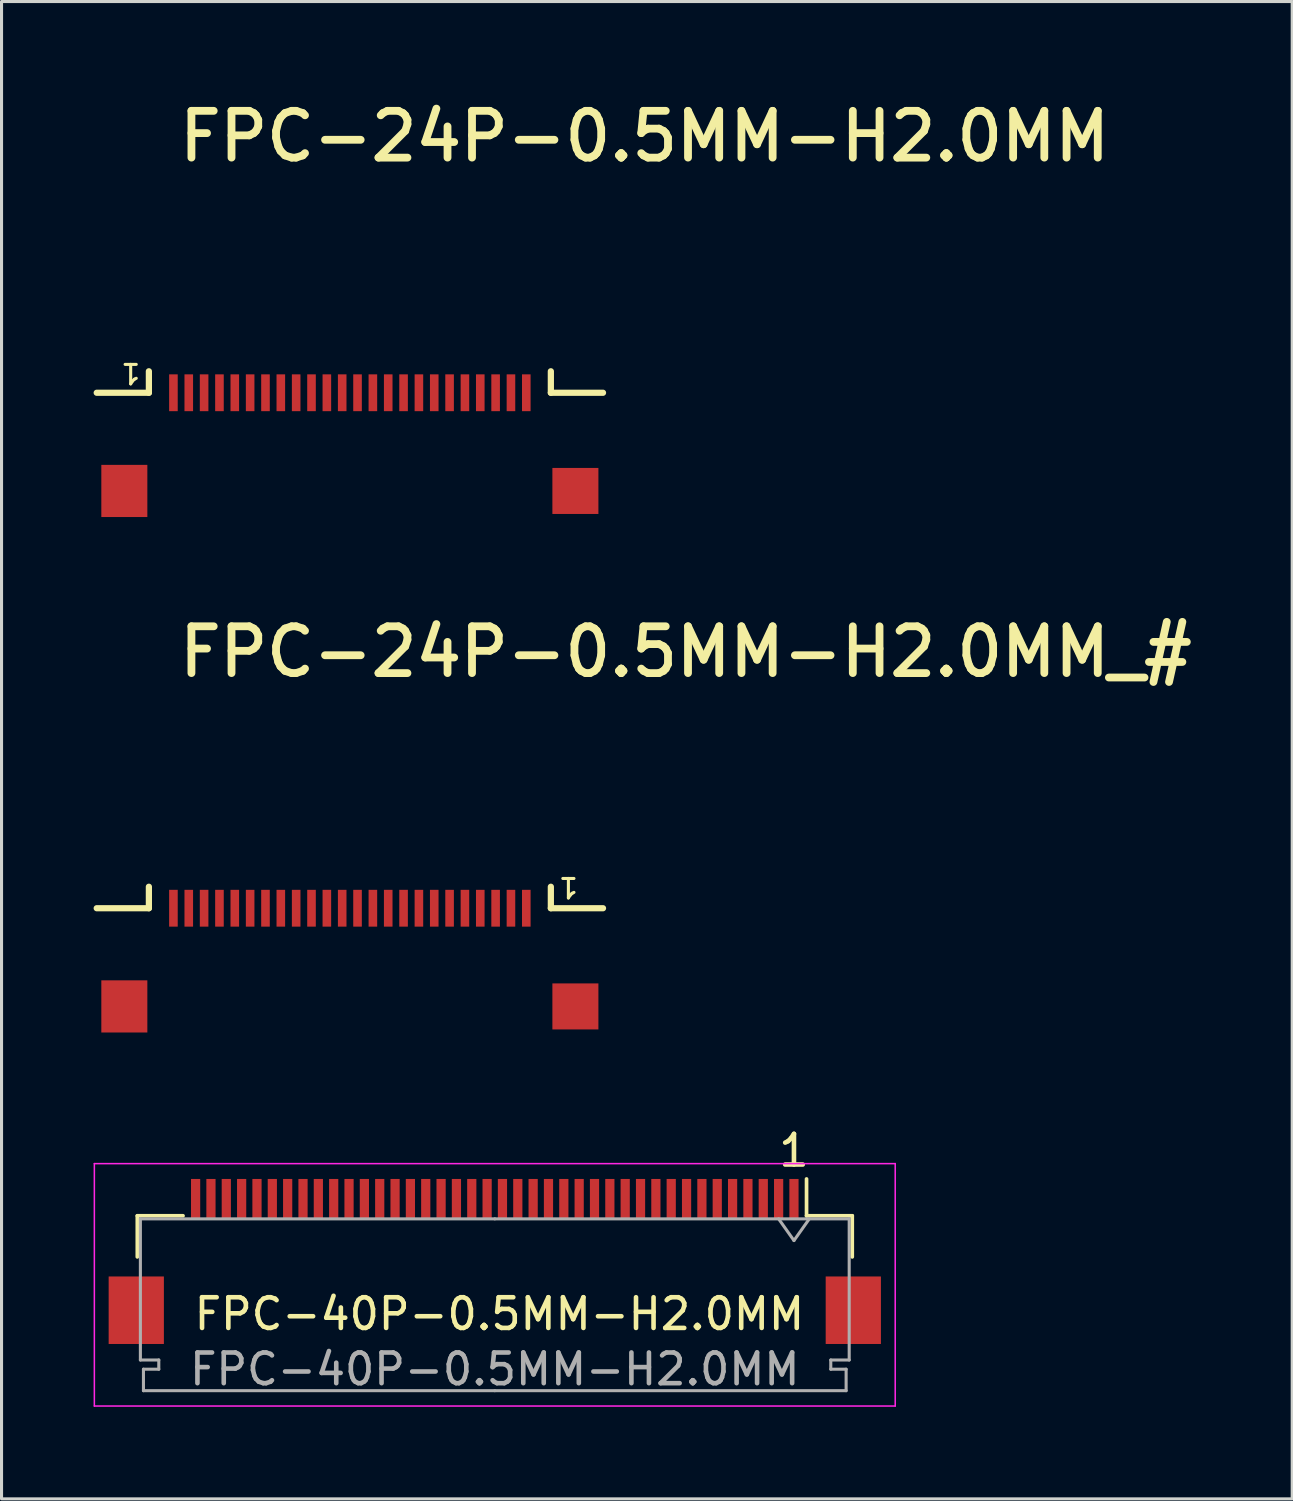
<source format=kicad_pcb>
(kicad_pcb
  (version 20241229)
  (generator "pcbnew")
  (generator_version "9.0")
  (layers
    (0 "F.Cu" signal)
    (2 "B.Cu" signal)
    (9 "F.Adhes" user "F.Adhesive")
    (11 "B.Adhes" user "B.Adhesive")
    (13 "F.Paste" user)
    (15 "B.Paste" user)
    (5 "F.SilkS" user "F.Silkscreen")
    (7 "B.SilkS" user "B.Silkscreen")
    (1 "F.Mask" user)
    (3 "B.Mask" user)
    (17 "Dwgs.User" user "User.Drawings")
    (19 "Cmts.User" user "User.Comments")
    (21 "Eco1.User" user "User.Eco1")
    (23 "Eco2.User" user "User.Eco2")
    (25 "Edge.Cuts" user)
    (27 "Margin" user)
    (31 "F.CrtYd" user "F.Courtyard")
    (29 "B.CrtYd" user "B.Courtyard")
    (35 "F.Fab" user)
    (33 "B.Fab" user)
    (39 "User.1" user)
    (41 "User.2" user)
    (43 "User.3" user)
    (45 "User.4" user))
  (footprint "FPC-40P-0.5MM-H2.0MM"
    (layer "F.Cu")
    (at 21.125 37.872)
    (property "Reference" "FPC-40P-0.5MM-H2.0MM" (at -7.9 1.9 0) (layer "F.SilkS") (effects (font (size 1 1) (thickness 0.15))))
    (attr smd)
    (fp_line (start -19.7 -1.3) (end -19.7 0.04) (stroke (width 0.12) (type solid)) (layer "F.SilkS"))
    (fp_line (start -18.21 -1.3) (end -19.7 -1.3) (stroke (width 0.12) (type solid)) (layer "F.SilkS"))
    (fp_line (start 2.11 -1.3) (end 2.11 -2.5) (stroke (width 0.12) (type solid)) (layer "F.SilkS"))
    (fp_line (start 2.11 -1.3) (end 3.6 -1.3) (stroke (width 0.12) (type solid)) (layer "F.SilkS"))
    (fp_line (start 3.6 -1.3) (end 3.6 0.04) (stroke (width 0.12) (type solid)) (layer "F.SilkS"))
    (fp_poly (pts (xy -17.7 -2.45) (xy -17.9 -2.45) (xy -17.9 -2.675) (xy -17.7 -2.675)) (stroke (width 0.1) (type solid)) (fill yes) (layer "F.Paste"))
    (fp_poly (pts (xy -17.2 -2.45) (xy -17.4 -2.45) (xy -17.4 -2.675) (xy -17.2 -2.675)) (stroke (width 0.1) (type solid)) (fill yes) (layer "F.Paste"))
    (fp_poly (pts (xy -16.7 -2.45) (xy -16.9 -2.45) (xy -16.9 -2.675) (xy -16.7 -2.675)) (stroke (width 0.1) (type solid)) (fill yes) (layer "F.Paste"))
    (fp_poly (pts (xy -16.2 -2.45) (xy -16.4 -2.45) (xy -16.4 -2.675) (xy -16.2 -2.675)) (stroke (width 0.1) (type solid)) (fill yes) (layer "F.Paste"))
    (fp_poly (pts (xy -15.7 -2.45) (xy -15.9 -2.45) (xy -15.9 -2.675) (xy -15.7 -2.675)) (stroke (width 0.1) (type solid)) (fill yes) (layer "F.Paste"))
    (fp_poly (pts (xy -15.2 -2.45) (xy -15.4 -2.45) (xy -15.4 -2.675) (xy -15.2 -2.675)) (stroke (width 0.1) (type solid)) (fill yes) (layer "F.Paste"))
    (fp_poly (pts (xy -14.7 -2.45) (xy -14.9 -2.45) (xy -14.9 -2.675) (xy -14.7 -2.675)) (stroke (width 0.1) (type solid)) (fill yes) (layer "F.Paste"))
    (fp_poly (pts (xy -14.2 -2.45) (xy -14.4 -2.45) (xy -14.4 -2.675) (xy -14.2 -2.675)) (stroke (width 0.1) (type solid)) (fill yes) (layer "F.Paste"))
    (fp_poly (pts (xy -13.7 -2.45) (xy -13.9 -2.45) (xy -13.9 -2.675) (xy -13.7 -2.675)) (stroke (width 0.1) (type solid)) (fill yes) (layer "F.Paste"))
    (fp_poly (pts (xy -13.2 -2.45) (xy -13.4 -2.45) (xy -13.4 -2.675) (xy -13.2 -2.675)) (stroke (width 0.1) (type solid)) (fill yes) (layer "F.Paste"))
    (fp_poly (pts (xy -12.7 -2.45) (xy -12.9 -2.45) (xy -12.9 -2.675) (xy -12.7 -2.675)) (stroke (width 0.1) (type solid)) (fill yes) (layer "F.Paste"))
    (fp_poly (pts (xy -12.2 -2.45) (xy -12.4 -2.45) (xy -12.4 -2.675) (xy -12.2 -2.675)) (stroke (width 0.1) (type solid)) (fill yes) (layer "F.Paste"))
    (fp_poly (pts (xy -11.7 -2.45) (xy -11.9 -2.45) (xy -11.9 -2.675) (xy -11.7 -2.675)) (stroke (width 0.1) (type solid)) (fill yes) (layer "F.Paste"))
    (fp_poly (pts (xy -11.2 -2.45) (xy -11.4 -2.45) (xy -11.4 -2.675) (xy -11.2 -2.675)) (stroke (width 0.1) (type solid)) (fill yes) (layer "F.Paste"))
    (fp_poly (pts (xy -10.7 -2.45) (xy -10.9 -2.45) (xy -10.9 -2.675) (xy -10.7 -2.675)) (stroke (width 0.1) (type solid)) (fill yes) (layer "F.Paste"))
    (fp_poly (pts (xy -10.2 -2.45) (xy -10.4 -2.45) (xy -10.4 -2.675) (xy -10.2 -2.675)) (stroke (width 0.1) (type solid)) (fill yes) (layer "F.Paste"))
    (fp_poly (pts (xy -9.7 -2.45) (xy -9.9 -2.45) (xy -9.9 -2.675) (xy -9.7 -2.675)) (stroke (width 0.1) (type solid)) (fill yes) (layer "F.Paste"))
    (fp_poly (pts (xy -9.2 -2.45) (xy -9.4 -2.45) (xy -9.4 -2.675) (xy -9.2 -2.675)) (stroke (width 0.1) (type solid)) (fill yes) (layer "F.Paste"))
    (fp_poly (pts (xy -8.7 -2.45) (xy -8.9 -2.45) (xy -8.9 -2.675) (xy -8.7 -2.675)) (stroke (width 0.1) (type solid)) (fill yes) (layer "F.Paste"))
    (fp_poly (pts (xy -8.2 -2.45) (xy -8.4 -2.45) (xy -8.4 -2.675) (xy -8.2 -2.675)) (stroke (width 0.1) (type solid)) (fill yes) (layer "F.Paste"))
    (fp_poly (pts (xy -7.7 -2.45) (xy -7.9 -2.45) (xy -7.9 -2.675) (xy -7.7 -2.675)) (stroke (width 0.1) (type solid)) (fill yes) (layer "F.Paste"))
    (fp_poly (pts (xy -7.2 -2.45) (xy -7.4 -2.45) (xy -7.4 -2.675) (xy -7.2 -2.675)) (stroke (width 0.1) (type solid)) (fill yes) (layer "F.Paste"))
    (fp_poly (pts (xy -6.7 -2.45) (xy -6.9 -2.45) (xy -6.9 -2.675) (xy -6.7 -2.675)) (stroke (width 0.1) (type solid)) (fill yes) (layer "F.Paste"))
    (fp_poly (pts (xy -6.2 -2.45) (xy -6.4 -2.45) (xy -6.4 -2.675) (xy -6.2 -2.675)) (stroke (width 0.1) (type solid)) (fill yes) (layer "F.Paste"))
    (fp_poly (pts (xy -5.7 -2.45) (xy -5.9 -2.45) (xy -5.9 -2.675) (xy -5.7 -2.675)) (stroke (width 0.1) (type solid)) (fill yes) (layer "F.Paste"))
    (fp_poly (pts (xy -5.2 -2.45) (xy -5.4 -2.45) (xy -5.4 -2.675) (xy -5.2 -2.675)) (stroke (width 0.1) (type solid)) (fill yes) (layer "F.Paste"))
    (fp_poly (pts (xy -4.7 -2.45) (xy -4.9 -2.45) (xy -4.9 -2.675) (xy -4.7 -2.675)) (stroke (width 0.1) (type solid)) (fill yes) (layer "F.Paste"))
    (fp_poly (pts (xy -4.2 -2.45) (xy -4.4 -2.45) (xy -4.4 -2.675) (xy -4.2 -2.675)) (stroke (width 0.1) (type solid)) (fill yes) (layer "F.Paste"))
    (fp_poly (pts (xy -3.7 -2.45) (xy -3.9 -2.45) (xy -3.9 -2.675) (xy -3.7 -2.675)) (stroke (width 0.1) (type solid)) (fill yes) (layer "F.Paste"))
    (fp_poly (pts (xy -3.2 -2.45) (xy -3.4 -2.45) (xy -3.4 -2.675) (xy -3.2 -2.675)) (stroke (width 0.1) (type solid)) (fill yes) (layer "F.Paste"))
    (fp_poly (pts (xy -2.7 -2.45) (xy -2.9 -2.45) (xy -2.9 -2.675) (xy -2.7 -2.675)) (stroke (width 0.1) (type solid)) (fill yes) (layer "F.Paste"))
    (fp_poly (pts (xy -2.2 -2.45) (xy -2.4 -2.45) (xy -2.4 -2.675) (xy -2.2 -2.675)) (stroke (width 0.1) (type solid)) (fill yes) (layer "F.Paste"))
    (fp_poly (pts (xy -1.7 -2.45) (xy -1.9 -2.45) (xy -1.9 -2.675) (xy -1.7 -2.675)) (stroke (width 0.1) (type solid)) (fill yes) (layer "F.Paste"))
    (fp_poly (pts (xy -1.2 -2.45) (xy -1.4 -2.45) (xy -1.4 -2.675) (xy -1.2 -2.675)) (stroke (width 0.1) (type solid)) (fill yes) (layer "F.Paste"))
    (fp_poly (pts (xy -0.7 -2.45) (xy -0.9 -2.45) (xy -0.9 -2.675) (xy -0.7 -2.675)) (stroke (width 0.1) (type solid)) (fill yes) (layer "F.Paste"))
    (fp_poly (pts (xy -0.2 -2.45) (xy -0.4 -2.45) (xy -0.4 -2.675) (xy -0.2 -2.675)) (stroke (width 0.1) (type solid)) (fill yes) (layer "F.Paste"))
    (fp_poly (pts (xy 0.3 -2.45) (xy 0.1 -2.45) (xy 0.1 -2.675) (xy 0.3 -2.675)) (stroke (width 0.1) (type solid)) (fill yes) (layer "F.Paste"))
    (fp_poly (pts (xy 0.8 -2.45) (xy 0.6 -2.45) (xy 0.6 -2.675) (xy 0.8 -2.675)) (stroke (width 0.1) (type solid)) (fill yes) (layer "F.Paste"))
    (fp_poly (pts (xy 1.3 -2.45) (xy 1.1 -2.45) (xy 1.1 -2.675) (xy 1.3 -2.675)) (stroke (width 0.1) (type solid)) (fill yes) (layer "F.Paste"))
    (fp_poly (pts (xy 1.8 -2.45) (xy 1.6 -2.45) (xy 1.6 -2.675) (xy 1.8 -2.675)) (stroke (width 0.1) (type solid)) (fill yes) (layer "F.Paste"))
    (fp_line (start -21.1 -3) (end 5 -3) (stroke (width 0.05) (type solid)) (layer "F.CrtYd"))
    (fp_line (start -21.1 4.9) (end -21.1 -3) (stroke (width 0.05) (type solid)) (layer "F.CrtYd"))
    (fp_line (start 5 -3) (end 5 4.9) (stroke (width 0.05) (type solid)) (layer "F.CrtYd"))
    (fp_line (start 5 4.9) (end -21.1 4.9) (stroke (width 0.05) (type solid)) (layer "F.CrtYd"))
    (fp_line (start -19.6 -1.2) (end -19.6 3.4) (stroke (width 0.1) (type solid)) (layer "F.Fab"))
    (fp_line (start -19.6 3.4) (end -19 3.4) (stroke (width 0.1) (type solid)) (layer "F.Fab"))
    (fp_line (start -19.5 3.7) (end -19.5 4.4) (stroke (width 0.1) (type solid)) (layer "F.Fab"))
    (fp_line (start -19.5 4.4) (end -8.05 4.4) (stroke (width 0.1) (type solid)) (layer "F.Fab"))
    (fp_line (start -19 3.4) (end -19 3.7) (stroke (width 0.1) (type solid)) (layer "F.Fab"))
    (fp_line (start -19 3.7) (end -19.5 3.7) (stroke (width 0.1) (type solid)) (layer "F.Fab"))
    (fp_line (start -8.05 -1.2) (end -19.6 -1.2) (stroke (width 0.1) (type solid)) (layer "F.Fab"))
    (fp_line (start -8.05 -1.2) (end 3.5 -1.2) (stroke (width 0.1) (type solid)) (layer "F.Fab"))
    (fp_line (start 1.7 -0.493) (end 1.2 -1.2) (stroke (width 0.1) (type solid)) (layer "F.Fab"))
    (fp_line (start 2.2 -1.2) (end 1.7 -0.493) (stroke (width 0.1) (type solid)) (layer "F.Fab"))
    (fp_line (start 2.9 3.4) (end 2.9 3.7) (stroke (width 0.1) (type solid)) (layer "F.Fab"))
    (fp_line (start 2.9 3.7) (end 3.4 3.7) (stroke (width 0.1) (type solid)) (layer "F.Fab"))
    (fp_line (start 3.4 3.7) (end 3.4 4.4) (stroke (width 0.1) (type solid)) (layer "F.Fab"))
    (fp_line (start 3.4 4.4) (end -8.05 4.4) (stroke (width 0.1) (type solid)) (layer "F.Fab"))
    (fp_line (start 3.5 -1.2) (end 3.5 3.4) (stroke (width 0.1) (type solid)) (layer "F.Fab"))
    (fp_line (start 3.5 3.4) (end 2.9 3.4) (stroke (width 0.1) (type solid)) (layer "F.Fab"))
    (fp_text user "1" (at 1.7 -3.425 0) (layer "F.SilkS") (effects (font (size 1 1) (thickness 0.15))))
    (fp_text user "${REFERENCE}" (at -8.05 3.7 0) (layer "F.Fab") (effects (font (size 1 1) (thickness 0.15))))
    (pad "1" smd rect (at 1.7 -1.85) (size 0.3 1.3) (layers "F.Cu" "F.Mask" "F.Paste"))
    (pad "2" smd rect (at 1.2 -1.85) (size 0.3 1.3) (layers "F.Cu" "F.Mask" "F.Paste"))
    (pad "3" smd rect (at 0.7 -1.85) (size 0.3 1.3) (layers "F.Cu" "F.Mask" "F.Paste"))
    (pad "4" smd rect (at 0.2 -1.85) (size 0.3 1.3) (layers "F.Cu" "F.Mask" "F.Paste"))
    (pad "5" smd rect (at -0.3 -1.85) (size 0.3 1.3) (layers "F.Cu" "F.Mask" "F.Paste"))
    (pad "6" smd rect (at -0.8 -1.85) (size 0.3 1.3) (layers "F.Cu" "F.Mask" "F.Paste"))
    (pad "7" smd rect (at -1.3 -1.85) (size 0.3 1.3) (layers "F.Cu" "F.Mask" "F.Paste"))
    (pad "8" smd rect (at -1.8 -1.85) (size 0.3 1.3) (layers "F.Cu" "F.Mask" "F.Paste"))
    (pad "9" smd rect (at -2.3 -1.85) (size 0.3 1.3) (layers "F.Cu" "F.Mask" "F.Paste"))
    (pad "10" smd rect (at -2.8 -1.85) (size 0.3 1.3) (layers "F.Cu" "F.Mask" "F.Paste"))
    (pad "11" smd rect (at -3.3 -1.85) (size 0.3 1.3) (layers "F.Cu" "F.Mask" "F.Paste"))
    (pad "12" smd rect (at -3.8 -1.85) (size 0.3 1.3) (layers "F.Cu" "F.Mask" "F.Paste"))
    (pad "13" smd rect (at -4.3 -1.85) (size 0.3 1.3) (layers "F.Cu" "F.Mask" "F.Paste"))
    (pad "14" smd rect (at -4.8 -1.85) (size 0.3 1.3) (layers "F.Cu" "F.Mask" "F.Paste"))
    (pad "15" smd rect (at -5.3 -1.85) (size 0.3 1.3) (layers "F.Cu" "F.Mask" "F.Paste"))
    (pad "16" smd rect (at -5.8 -1.85) (size 0.3 1.3) (layers "F.Cu" "F.Mask" "F.Paste"))
    (pad "17" smd rect (at -6.3 -1.85) (size 0.3 1.3) (layers "F.Cu" "F.Mask" "F.Paste"))
    (pad "18" smd rect (at -6.8 -1.85) (size 0.3 1.3) (layers "F.Cu" "F.Mask" "F.Paste"))
    (pad "19" smd rect (at -7.3 -1.85) (size 0.3 1.3) (layers "F.Cu" "F.Mask" "F.Paste"))
    (pad "20" smd rect (at -7.8 -1.85) (size 0.3 1.3) (layers "F.Cu" "F.Mask" "F.Paste"))
    (pad "21" smd rect (at -8.3 -1.85) (size 0.3 1.3) (layers "F.Cu" "F.Mask" "F.Paste"))
    (pad "22" smd rect (at -8.8 -1.85) (size 0.3 1.3) (layers "F.Cu" "F.Mask" "F.Paste"))
    (pad "23" smd rect (at -9.3 -1.85) (size 0.3 1.3) (layers "F.Cu" "F.Mask" "F.Paste"))
    (pad "24" smd rect (at -9.8 -1.85) (size 0.3 1.3) (layers "F.Cu" "F.Mask" "F.Paste"))
    (pad "25" smd rect (at -10.3 -1.85) (size 0.3 1.3) (layers "F.Cu" "F.Mask" "F.Paste"))
    (pad "26" smd rect (at -10.8 -1.85) (size 0.3 1.3) (layers "F.Cu" "F.Mask" "F.Paste"))
    (pad "27" smd rect (at -11.3 -1.85) (size 0.3 1.3) (layers "F.Cu" "F.Mask" "F.Paste"))
    (pad "28" smd rect (at -11.8 -1.85) (size 0.3 1.3) (layers "F.Cu" "F.Mask" "F.Paste"))
    (pad "29" smd rect (at -12.3 -1.85) (size 0.3 1.3) (layers "F.Cu" "F.Mask" "F.Paste"))
    (pad "30" smd rect (at -12.8 -1.85) (size 0.3 1.3) (layers "F.Cu" "F.Mask" "F.Paste"))
    (pad "31" smd rect (at -13.3 -1.85) (size 0.3 1.3) (layers "F.Cu" "F.Mask" "F.Paste"))
    (pad "32" smd rect (at -13.8 -1.85) (size 0.3 1.3) (layers "F.Cu" "F.Mask" "F.Paste"))
    (pad "33" smd rect (at -14.3 -1.85) (size 0.3 1.3) (layers "F.Cu" "F.Mask" "F.Paste"))
    (pad "34" smd rect (at -14.8 -1.85) (size 0.3 1.3) (layers "F.Cu" "F.Mask" "F.Paste"))
    (pad "35" smd rect (at -15.3 -1.85) (size 0.3 1.3) (layers "F.Cu" "F.Mask" "F.Paste"))
    (pad "36" smd rect (at -15.8 -1.85) (size 0.3 1.3) (layers "F.Cu" "F.Mask" "F.Paste"))
    (pad "37" smd rect (at -16.3 -1.85) (size 0.3 1.3) (layers "F.Cu" "F.Mask" "F.Paste"))
    (pad "38" smd rect (at -16.8 -1.85) (size 0.3 1.3) (layers "F.Cu" "F.Mask" "F.Paste"))
    (pad "39" smd rect (at -17.3 -1.85) (size 0.3 1.3) (layers "F.Cu" "F.Mask" "F.Paste"))
    (pad "40" smd rect (at -17.8 -1.85) (size 0.3 1.3) (layers "F.Cu" "F.Mask" "F.Paste"))
    (pad "41" smd rect (at -19.734 1.778) (size 1.8 2.2) (layers "F.Cu" "F.Mask" "F.Paste"))
    (pad "42" smd rect (at 3.634 1.778) (size 1.8 2.2) (layers "F.Cu" "F.Mask" "F.Paste")))
  (footprint "FPC-24P-0.5MM-H2.0MM"
    (layer "F.Cu")
    (at 8.352 9.167)
    (property "Reference" "FPC-24P-0.5MM-H2.0MM" (at -5.693 -6.881 0) (unlocked yes) (layer "F.SilkS") (effects (font (size 1.524 1.524) (thickness 0.254)) (justify left bottom)))
    (fp_line (start -8.25 0.583) (end -6.55 0.583) (stroke (width 0.203) (type solid)) (layer "F.SilkS"))
    (fp_line (start -6.55 0.583) (end -6.55 -0.117) (stroke (width 0.203) (type solid)) (layer "F.SilkS"))
    (fp_line (start 6.55 0.583) (end 6.55 -0.117) (stroke (width 0.203) (type solid)) (layer "F.SilkS"))
    (fp_line (start 6.55 0.583) (end 8.25 0.583) (stroke (width 0.203) (type solid)) (layer "F.SilkS"))
    (fp_text user "1" (at -6.775 -0.425 180) (unlocked yes) (layer "F.SilkS") (effects (font (size 0.635 0.635) (thickness 0.1) (bold yes)) (justify left bottom)))
    (pad "1" smd rect (at -5.75 0.583 180) (size 0.28 1.2) (layers "F.Cu" "F.Mask" "F.Paste"))
    (pad "2" smd rect (at -5.25 0.583 180) (size 0.28 1.2) (layers "F.Cu" "F.Mask" "F.Paste"))
    (pad "3" smd rect (at -4.75 0.583 180) (size 0.28 1.2) (layers "F.Cu" "F.Mask" "F.Paste"))
    (pad "4" smd rect (at -4.25 0.583 180) (size 0.28 1.2) (layers "F.Cu" "F.Mask" "F.Paste"))
    (pad "5" smd rect (at -3.75 0.583 180) (size 0.28 1.2) (layers "F.Cu" "F.Mask" "F.Paste"))
    (pad "6" smd rect (at -3.25 0.583 180) (size 0.28 1.2) (layers "F.Cu" "F.Mask" "F.Paste"))
    (pad "7" smd rect (at -2.75 0.583 180) (size 0.28 1.2) (layers "F.Cu" "F.Mask" "F.Paste"))
    (pad "8" smd rect (at -2.25 0.583 180) (size 0.28 1.2) (layers "F.Cu" "F.Mask" "F.Paste"))
    (pad "9" smd rect (at -1.75 0.583 180) (size 0.28 1.2) (layers "F.Cu" "F.Mask" "F.Paste"))
    (pad "10" smd rect (at -1.25 0.583 180) (size 0.28 1.2) (layers "F.Cu" "F.Mask" "F.Paste"))
    (pad "11" smd rect (at -0.75 0.583 180) (size 0.28 1.2) (layers "F.Cu" "F.Mask" "F.Paste"))
    (pad "12" smd rect (at -0.25 0.583 180) (size 0.28 1.2) (layers "F.Cu" "F.Mask" "F.Paste"))
    (pad "13" smd rect (at 0.25 0.583 180) (size 0.28 1.2) (layers "F.Cu" "F.Mask" "F.Paste"))
    (pad "14" smd rect (at 0.75 0.583 180) (size 0.28 1.2) (layers "F.Cu" "F.Mask" "F.Paste"))
    (pad "15" smd rect (at 1.25 0.583 180) (size 0.28 1.2) (layers "F.Cu" "F.Mask" "F.Paste"))
    (pad "16" smd rect (at 1.75 0.583 180) (size 0.28 1.2) (layers "F.Cu" "F.Mask" "F.Paste"))
    (pad "17" smd rect (at 2.25 0.583 180) (size 0.28 1.2) (layers "F.Cu" "F.Mask" "F.Paste"))
    (pad "18" smd rect (at 2.75 0.583 180) (size 0.28 1.2) (layers "F.Cu" "F.Mask" "F.Paste"))
    (pad "19" smd rect (at 3.25 0.583) (size 0.28 1.2) (layers "F.Cu" "F.Mask" "F.Paste"))
    (pad "20" smd rect (at 3.75 0.583) (size 0.28 1.2) (layers "F.Cu" "F.Mask" "F.Paste"))
    (pad "21" smd rect (at 4.25 0.583) (size 0.28 1.2) (layers "F.Cu" "F.Mask" "F.Paste"))
    (pad "22" smd rect (at 4.75 0.583) (size 0.28 1.2) (layers "F.Cu" "F.Mask" "F.Paste"))
    (pad "23" smd rect (at 5.25 0.583) (size 0.28 1.2) (layers "F.Cu" "F.Mask" "F.Paste"))
    (pad "24" smd rect (at 5.75 0.583) (size 0.28 1.2) (layers "F.Cu" "F.Mask" "F.Paste"))
    (pad "25" smd rect (at -7.35 3.783) (size 1.5 1.7) (layers "F.Cu" "F.Mask" "F.Paste"))
    (pad "26" smd rect (at 7.35 3.783) (size 1.5 1.5) (layers "F.Cu" "F.Mask" "F.Paste")))
  (footprint "FPC-24P-0.5MM-H2.0MM_#"
    (layer "F.Cu")
    (at 8.352 25.966)
    (property "Reference" "FPC-24P-0.5MM-H2.0MM_#" (at -5.693 -6.881 0) (unlocked yes) (layer "F.SilkS") (effects (font (size 1.524 1.524) (thickness 0.254)) (justify left bottom)))
    (fp_line (start -8.25 0.583) (end -6.55 0.583) (stroke (width 0.203) (type solid)) (layer "F.SilkS"))
    (fp_line (start -6.55 0.583) (end -6.55 -0.117) (stroke (width 0.203) (type solid)) (layer "F.SilkS"))
    (fp_line (start 6.55 0.583) (end 6.55 -0.117) (stroke (width 0.203) (type solid)) (layer "F.SilkS"))
    (fp_line (start 6.55 0.583) (end 8.25 0.583) (stroke (width 0.203) (type solid)) (layer "F.SilkS"))
    (fp_text user "1" (at 7.49 -0.47 180) (unlocked yes) (layer "F.SilkS") (effects (font (size 0.635 0.635) (thickness 0.1) (bold yes)) (justify left bottom)))
    (pad "1" smd rect (at 5.75 0.583 180) (size 0.28 1.2) (layers "F.Cu" "F.Mask" "F.Paste"))
    (pad "2" smd rect (at 5.25 0.583 180) (size 0.28 1.2) (layers "F.Cu" "F.Mask" "F.Paste"))
    (pad "3" smd rect (at 4.75 0.583 180) (size 0.28 1.2) (layers "F.Cu" "F.Mask" "F.Paste"))
    (pad "4" smd rect (at 4.25 0.583 180) (size 0.28 1.2) (layers "F.Cu" "F.Mask" "F.Paste"))
    (pad "5" smd rect (at 3.75 0.583 180) (size 0.28 1.2) (layers "F.Cu" "F.Mask" "F.Paste"))
    (pad "6" smd rect (at 3.25 0.583 180) (size 0.28 1.2) (layers "F.Cu" "F.Mask" "F.Paste"))
    (pad "7" smd rect (at 2.75 0.583 180) (size 0.28 1.2) (layers "F.Cu" "F.Mask" "F.Paste"))
    (pad "8" smd rect (at 2.25 0.583 180) (size 0.28 1.2) (layers "F.Cu" "F.Mask" "F.Paste"))
    (pad "9" smd rect (at 1.75 0.583 180) (size 0.28 1.2) (layers "F.Cu" "F.Mask" "F.Paste"))
    (pad "10" smd rect (at 1.25 0.583 180) (size 0.28 1.2) (layers "F.Cu" "F.Mask" "F.Paste"))
    (pad "11" smd rect (at 0.75 0.583 180) (size 0.28 1.2) (layers "F.Cu" "F.Mask" "F.Paste"))
    (pad "12" smd rect (at 0.25 0.583 180) (size 0.28 1.2) (layers "F.Cu" "F.Mask" "F.Paste"))
    (pad "13" smd rect (at -0.25 0.583 180) (size 0.28 1.2) (layers "F.Cu" "F.Mask" "F.Paste"))
    (pad "14" smd rect (at -0.75 0.583 180) (size 0.28 1.2) (layers "F.Cu" "F.Mask" "F.Paste"))
    (pad "15" smd rect (at -1.25 0.583 180) (size 0.28 1.2) (layers "F.Cu" "F.Mask" "F.Paste"))
    (pad "16" smd rect (at -1.75 0.583 180) (size 0.28 1.2) (layers "F.Cu" "F.Mask" "F.Paste"))
    (pad "17" smd rect (at -2.25 0.583 180) (size 0.28 1.2) (layers "F.Cu" "F.Mask" "F.Paste"))
    (pad "18" smd rect (at -2.75 0.583 180) (size 0.28 1.2) (layers "F.Cu" "F.Mask" "F.Paste"))
    (pad "19" smd rect (at -3.25 0.583) (size 0.28 1.2) (layers "F.Cu" "F.Mask" "F.Paste"))
    (pad "20" smd rect (at -3.75 0.583) (size 0.28 1.2) (layers "F.Cu" "F.Mask" "F.Paste"))
    (pad "21" smd rect (at -4.25 0.583) (size 0.28 1.2) (layers "F.Cu" "F.Mask" "F.Paste"))
    (pad "22" smd rect (at -4.75 0.583) (size 0.28 1.2) (layers "F.Cu" "F.Mask" "F.Paste"))
    (pad "23" smd rect (at -5.25 0.583) (size 0.28 1.2) (layers "F.Cu" "F.Mask" "F.Paste"))
    (pad "24" smd rect (at -5.75 0.583) (size 0.28 1.2) (layers "F.Cu" "F.Mask" "F.Paste"))
    (pad "25" smd rect (at -7.35 3.783) (size 1.5 1.7) (layers "F.Cu" "F.Mask" "F.Paste"))
    (pad "26" smd rect (at 7.35 3.783) (size 1.5 1.5) (layers "F.Cu" "F.Mask" "F.Paste")))
  (gr_rect
    (start -3 -3)
    (end 39.063 45.797)
    (stroke (width 0.1) (type default))
    (fill no)
    (layer "Edge.Cuts")))
</source>
